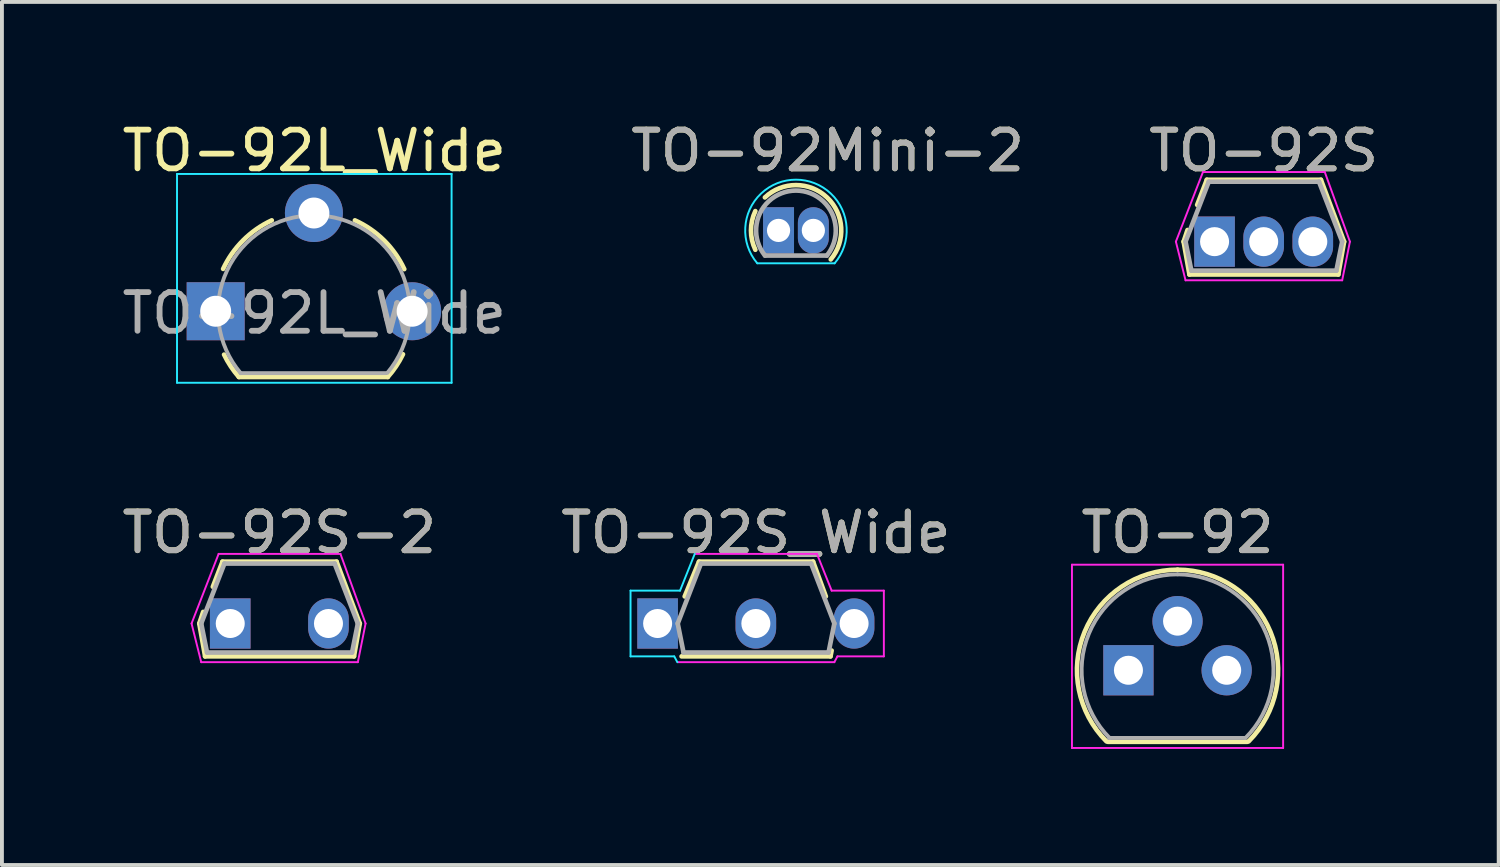
<source format=kicad_pcb>
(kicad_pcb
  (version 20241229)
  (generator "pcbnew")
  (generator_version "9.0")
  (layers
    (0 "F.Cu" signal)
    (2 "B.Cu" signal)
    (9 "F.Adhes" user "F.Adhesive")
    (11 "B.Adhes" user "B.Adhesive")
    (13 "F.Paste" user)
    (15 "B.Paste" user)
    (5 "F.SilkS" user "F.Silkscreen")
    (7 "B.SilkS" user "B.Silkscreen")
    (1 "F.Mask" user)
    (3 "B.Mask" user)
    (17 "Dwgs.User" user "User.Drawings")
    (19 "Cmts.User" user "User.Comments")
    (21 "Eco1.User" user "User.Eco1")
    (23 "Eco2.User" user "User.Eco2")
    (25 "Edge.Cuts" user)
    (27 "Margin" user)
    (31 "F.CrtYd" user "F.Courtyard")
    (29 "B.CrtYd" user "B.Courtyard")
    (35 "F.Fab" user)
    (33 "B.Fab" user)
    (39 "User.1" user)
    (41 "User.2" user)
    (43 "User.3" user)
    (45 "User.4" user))
  (footprint "TO-92S"
    (layer "F.Cu")
    (at 28.355 3.198)
    (property "Reference" "TO-92S" (at 1.27 -2.35 0) (layer "F.SilkS") (effects (font (size 1 1) (thickness 0.15))))
    (attr through_hole)
    (fp_line (start -0.8 0) (end -0.65 0.85) (stroke (width 0.12) (type solid)) (layer "F.SilkS"))
    (fp_line (start -0.7 -0.3) (end -0.8 0) (stroke (width 0.12) (type solid)) (layer "F.SilkS"))
    (fp_line (start -0.65 0.85) (end 3.2 0.85) (stroke (width 0.12) (type solid)) (layer "F.SilkS"))
    (fp_line (start -0.2 -1.6) (end -0.45 -0.95) (stroke (width 0.12) (type solid)) (layer "F.SilkS"))
    (fp_line (start 2.75 -1.6) (end -0.2 -1.6) (stroke (width 0.12) (type solid)) (layer "F.SilkS"))
    (fp_line (start 3.2 0.85) (end 3.35 0) (stroke (width 0.12) (type solid)) (layer "F.SilkS"))
    (fp_line (start 3.35 0) (end 2.75 -1.6) (stroke (width 0.12) (type solid)) (layer "F.SilkS"))
    (fp_line (start -1 0) (end -0.75 1) (stroke (width 0.05) (type solid)) (layer "F.CrtYd"))
    (fp_line (start -0.75 1) (end 3.3 1) (stroke (width 0.05) (type solid)) (layer "F.CrtYd"))
    (fp_line (start -0.3 -1.8) (end -1 0) (stroke (width 0.05) (type solid)) (layer "F.CrtYd"))
    (fp_line (start 2.85 -1.8) (end -0.3 -1.8) (stroke (width 0.05) (type solid)) (layer "F.CrtYd"))
    (fp_line (start 3.3 1) (end 3.5 0) (stroke (width 0.05) (type solid)) (layer "F.CrtYd"))
    (fp_line (start 3.5 0) (end 2.85 -1.8) (stroke (width 0.05) (type solid)) (layer "F.CrtYd"))
    (fp_line (start -0.75 0) (end -0.15 -1.55) (stroke (width 0.12) (type solid)) (layer "F.Fab"))
    (fp_line (start -0.6 0.75) (end -0.75 0) (stroke (width 0.12) (type solid)) (layer "F.Fab"))
    (fp_line (start -0.6 0.75) (end 3.15 0.75) (stroke (width 0.12) (type solid)) (layer "F.Fab"))
    (fp_line (start -0.15 -1.55) (end 2.7 -1.55) (stroke (width 0.12) (type solid)) (layer "F.Fab"))
    (fp_line (start 3.15 0.75) (end 3.3 0) (stroke (width 0.12) (type solid)) (layer "F.Fab"))
    (fp_line (start 3.3 0) (end 2.7 -1.55) (stroke (width 0.12) (type solid)) (layer "F.Fab"))
    (fp_text user "${REFERENCE}" (at 1.27 -2.35 0) (layer "F.Fab") (effects (font (size 1 1) (thickness 0.15))))
    (pad "1" thru_hole rect (at 0 0 180) (size 1.05 1.3) (drill 0.75) (layers "*.Cu" "*.Mask"))
    (pad "2" thru_hole oval (at 1.27 0 180) (size 1.05 1.3) (drill 0.75) (layers "*.Cu" "*.Mask"))
    (pad "3" thru_hole oval (at 2.54 0 180) (size 1.05 1.3) (drill 0.75) (layers "*.Cu" "*.Mask")))
  (footprint "TO-92Mini-2"
    (layer "F.Cu")
    (at 17.081 2.908)
    (property "Reference" "TO-92Mini-2" (at 1.27 -2.06 0) (layer "F.SilkS") (effects (font (size 1 1) (thickness 0.15))))
    (attr through_hole)
    (fp_arc (start -0.599971 0.500061) (mid -0.71297 0.000034) (end -0.6 -0.5) (stroke (width 0.12) (type solid)) (layer "F.SilkS"))
    (fp_arc (start -0.352932 -0.853112) (mid 1.253024 -0.853025) (end 1.35 0.75) (stroke (width 0.12) (type solid)) (layer "F.SilkS"))
    (fp_line (start -0.55 0.85) (end 1.45 0.85) (stroke (width 0.05) (type solid)) (layer "B.CrtYd"))
    (fp_arc (start -0.550431 0.849492) (mid 0.450333 -1.31244) (end 1.45 0.85) (stroke (width 0.05) (type solid)) (layer "B.CrtYd"))
    (fp_line (start -0.35 0.65) (end 1.25 0.65) (stroke (width 0.12) (type solid)) (layer "F.Fab"))
    (fp_arc (start -0.349861 0.650171) (mid 0.44989 -1.030776) (end 1.25 0.65) (stroke (width 0.12) (type solid)) (layer "F.Fab"))
    (fp_text user "${REFERENCE}" (at 1.27 -2.06 0) (layer "F.Fab") (effects (font (size 1 1) (thickness 0.15))))
    (pad "1" thru_hole rect (at 0 0 180) (size 0.8 1.2) (drill 0.6) (layers "*.Cu" "*.Mask"))
    (pad "2" thru_hole oval (at 0.9 0 180) (size 0.8 1.2) (drill 0.6) (layers "*.Cu" "*.Mask")))
  (footprint "TO-92"
    (layer "F.Cu")
    (at 26.128 14.281)
    (property "Reference" "TO-92" (at 1.27 -3.56 0) (layer "F.SilkS") (effects (font (size 1 1) (thickness 0.15))))
    (attr through_hole)
    (fp_line (start -0.53 1.85) (end 3.07 1.85) (stroke (width 0.12) (type solid)) (layer "F.SilkS"))
    (fp_arc (start -0.568478 1.838478) (mid -1.132087 -0.994977) (end 1.27 -2.6) (stroke (width 0.12) (type solid)) (layer "F.SilkS"))
    (fp_arc (start 1.27 -2.6) (mid 3.672087 -0.994977) (end 3.108478 1.838478) (stroke (width 0.12) (type solid)) (layer "F.SilkS"))
    (fp_line (start -1.46 -2.73) (end -1.46 2.01) (stroke (width 0.05) (type solid)) (layer "F.CrtYd"))
    (fp_line (start -1.46 -2.73) (end 4 -2.73) (stroke (width 0.05) (type solid)) (layer "F.CrtYd"))
    (fp_line (start 4 2.01) (end -1.46 2.01) (stroke (width 0.05) (type solid)) (layer "F.CrtYd"))
    (fp_line (start 4 2.01) (end 4 -2.73) (stroke (width 0.05) (type solid)) (layer "F.CrtYd"))
    (fp_line (start -0.5 1.75) (end 3 1.75) (stroke (width 0.1) (type solid)) (layer "F.Fab"))
    (fp_arc (start -0.483625 1.753625) (mid -1.021221 -0.949055) (end 1.27 -2.48) (stroke (width 0.1) (type solid)) (layer "F.Fab"))
    (fp_arc (start 1.27 -2.48) (mid 3.561221 -0.949055) (end 3.023625 1.753625) (stroke (width 0.1) (type solid)) (layer "F.Fab"))
    (fp_text user "${REFERENCE}" (at 1.27 -3.56 0) (layer "F.Fab") (effects (font (size 1 1) (thickness 0.15))))
    (pad "1" thru_hole rect (at 0 0 90) (size 1.3 1.3) (drill 0.75) (layers "*.Cu" "*.Mask"))
    (pad "2" thru_hole circle (at 1.27 -1.27 90) (size 1.3 1.3) (drill 0.75) (layers "*.Cu" "*.Mask"))
    (pad "3" thru_hole circle (at 2.54 0 90) (size 1.3 1.3) (drill 0.75) (layers "*.Cu" "*.Mask")))
  (footprint "TO-92L_Wide"
    (layer "F.Cu")
    (at 2.527 4.998)
    (property "Reference" "TO-92L_Wide" (at 2.55 -4.15 0) (layer "F.SilkS") (effects (font (size 1 1) (thickness 0.15))))
    (attr through_hole)
    (fp_line (start 0.6 1.7) (end 4.45 1.7) (stroke (width 0.12) (type solid)) (layer "F.SilkS"))
    (fp_arc (start 0.192226 -1.094786) (mid 0.710119 -1.833613) (end 1.45 -2.35) (stroke (width 0.12) (type solid)) (layer "F.SilkS"))
    (fp_arc (start 0.6 1.7) (mid 0.389183 1.423933) (end 0.217369 1.122045) (stroke (width 0.12) (type solid)) (layer "F.SilkS"))
    (fp_arc (start 3.6 -2.35) (mid 4.351408 -1.834367) (end 4.876463 -1.089513) (stroke (width 0.12) (type solid)) (layer "F.SilkS"))
    (fp_arc (start 4.842383 1.112264) (mid 4.666594 1.419753) (end 4.45 1.7) (stroke (width 0.12) (type solid)) (layer "F.SilkS"))
    (fp_line (start -1 -3.55) (end -1 1.85) (stroke (width 0.05) (type solid)) (layer "B.CrtYd"))
    (fp_line (start -1 1.85) (end 6.1 1.85) (stroke (width 0.05) (type solid)) (layer "B.CrtYd"))
    (fp_line (start 6.1 -3.55) (end -1 -3.55) (stroke (width 0.05) (type solid)) (layer "B.CrtYd"))
    (fp_line (start 6.1 1.85) (end 6.1 -3.55) (stroke (width 0.05) (type solid)) (layer "B.CrtYd"))
    (fp_line (start 0.65 1.6) (end 4.4 1.6) (stroke (width 0.1) (type solid)) (layer "F.Fab"))
    (fp_arc (start 0.647182 1.602385) (mid 0.290076 -1.043188) (end 2.54 -2.48) (stroke (width 0.1) (type solid)) (layer "F.Fab"))
    (fp_arc (start 2.54 -2.48) (mid 4.787211 -1.049019) (end 4.441103 1.592547) (stroke (width 0.1) (type solid)) (layer "F.Fab"))
    (fp_text user "${REFERENCE}" (at 2.55 0.05 0) (layer "F.Fab") (effects (font (size 1 1) (thickness 0.15))))
    (pad "1" thru_hole rect (at 0 0 90) (size 1.5 1.5) (drill 0.8) (layers "*.Cu" "*.Mask"))
    (pad "2" thru_hole circle (at 2.54 -2.54 90) (size 1.5 1.5) (drill 0.8) (layers "*.Cu" "*.Mask"))
    (pad "3" thru_hole circle (at 5.08 0 90) (size 1.5 1.5) (drill 0.8) (layers "*.Cu" "*.Mask")))
  (footprint "TO-92S_Wide"
    (layer "F.Cu")
    (at 13.954 13.072)
    (property "Reference" "TO-92S_Wide" (at 2.54 -2.35 0) (layer "F.SilkS") (effects (font (size 1 1) (thickness 0.15))))
    (attr through_hole)
    (fp_line (start 0.62 0.85) (end 4.47 0.85) (stroke (width 0.12) (type solid)) (layer "F.SilkS"))
    (fp_line (start 1.07 -1.6) (end 0.7 -0.7) (stroke (width 0.12) (type solid)) (layer "F.SilkS"))
    (fp_line (start 4.02 -1.6) (end 1.07 -1.6) (stroke (width 0.12) (type solid)) (layer "F.SilkS"))
    (fp_line (start 4.35 -0.7) (end 4.02 -1.6) (stroke (width 0.12) (type solid)) (layer "F.SilkS"))
    (fp_line (start 4.47 0.85) (end 4.5 0.7) (stroke (width 0.12) (type solid)) (layer "F.SilkS"))
    (fp_line (start -0.7 -0.85) (end -0.7 0.85) (stroke (width 0.05) (type solid)) (layer "B.CrtYd"))
    (fp_line (start -0.7 0.85) (end 0.43 0.85) (stroke (width 0.05) (type solid)) (layer "B.CrtYd"))
    (fp_line (start 0.51 1) (end 0.43 0.85) (stroke (width 0.05) (type solid)) (layer "B.CrtYd"))
    (fp_line (start 0.58 -0.85) (end -0.7 -0.85) (stroke (width 0.05) (type solid)) (layer "B.CrtYd"))
    (fp_line (start 0.58 -0.85) (end 0.96 -1.8) (stroke (width 0.05) (type solid)) (layer "B.CrtYd"))
    (fp_line (start 0.52 1) (end 4.57 1) (stroke (width 0.05) (type solid)) (layer "F.CrtYd"))
    (fp_line (start 4.12 -1.8) (end 0.97 -1.8) (stroke (width 0.05) (type solid)) (layer "F.CrtYd"))
    (fp_line (start 4.5 -0.85) (end 4.12 -1.8) (stroke (width 0.05) (type solid)) (layer "F.CrtYd"))
    (fp_line (start 4.5 -0.85) (end 5.85 -0.85) (stroke (width 0.05) (type solid)) (layer "F.CrtYd"))
    (fp_line (start 4.57 1) (end 4.65 0.85) (stroke (width 0.05) (type solid)) (layer "F.CrtYd"))
    (fp_line (start 5.85 -0.85) (end 5.85 0.85) (stroke (width 0.05) (type solid)) (layer "F.CrtYd"))
    (fp_line (start 5.85 0.85) (end 4.65 0.85) (stroke (width 0.05) (type solid)) (layer "F.CrtYd"))
    (fp_line (start 0.52 0) (end 1.12 -1.55) (stroke (width 0.12) (type solid)) (layer "F.Fab"))
    (fp_line (start 0.67 0.75) (end 0.52 0) (stroke (width 0.12) (type solid)) (layer "F.Fab"))
    (fp_line (start 0.67 0.75) (end 4.42 0.75) (stroke (width 0.12) (type solid)) (layer "F.Fab"))
    (fp_line (start 1.12 -1.55) (end 3.97 -1.55) (stroke (width 0.12) (type solid)) (layer "F.Fab"))
    (fp_line (start 4.42 0.75) (end 4.57 0) (stroke (width 0.12) (type solid)) (layer "F.Fab"))
    (fp_line (start 4.57 0) (end 3.97 -1.55) (stroke (width 0.12) (type solid)) (layer "F.Fab"))
    (fp_text user "${REFERENCE}" (at 2.54 -2.35 0) (layer "F.Fab") (effects (font (size 1 1) (thickness 0.15))))
    (pad "1" thru_hole rect (at 0 0 180) (size 1.05 1.3) (drill 0.75) (layers "*.Cu" "*.Mask"))
    (pad "2" thru_hole oval (at 2.54 0 180) (size 1.05 1.3) (drill 0.75) (layers "*.Cu" "*.Mask"))
    (pad "3" thru_hole oval (at 5.08 0 180) (size 1.05 1.3) (drill 0.75) (layers "*.Cu" "*.Mask")))
  (footprint "TO-92S-2"
    (layer "F.Cu")
    (at 2.903 13.072)
    (property "Reference" "TO-92S-2" (at 1.27 -2.35 0) (layer "F.SilkS") (effects (font (size 1 1) (thickness 0.15))))
    (attr through_hole)
    (fp_line (start -0.8 0) (end -0.65 0.85) (stroke (width 0.12) (type solid)) (layer "F.SilkS"))
    (fp_line (start -0.7 -0.3) (end -0.8 0) (stroke (width 0.12) (type solid)) (layer "F.SilkS"))
    (fp_line (start -0.65 0.85) (end 3.2 0.85) (stroke (width 0.12) (type solid)) (layer "F.SilkS"))
    (fp_line (start -0.2 -1.6) (end -0.45 -0.95) (stroke (width 0.12) (type solid)) (layer "F.SilkS"))
    (fp_line (start 2.75 -1.6) (end -0.2 -1.6) (stroke (width 0.12) (type solid)) (layer "F.SilkS"))
    (fp_line (start 3.2 0.85) (end 3.35 0) (stroke (width 0.12) (type solid)) (layer "F.SilkS"))
    (fp_line (start 3.35 0) (end 2.75 -1.6) (stroke (width 0.12) (type solid)) (layer "F.SilkS"))
    (fp_line (start -1 0) (end -0.75 1) (stroke (width 0.05) (type solid)) (layer "F.CrtYd"))
    (fp_line (start -0.75 1) (end 3.3 1) (stroke (width 0.05) (type solid)) (layer "F.CrtYd"))
    (fp_line (start -0.3 -1.8) (end -1 0) (stroke (width 0.05) (type solid)) (layer "F.CrtYd"))
    (fp_line (start 2.85 -1.8) (end -0.3 -1.8) (stroke (width 0.05) (type solid)) (layer "F.CrtYd"))
    (fp_line (start 3.3 1) (end 3.5 0) (stroke (width 0.05) (type solid)) (layer "F.CrtYd"))
    (fp_line (start 3.5 0) (end 2.85 -1.8) (stroke (width 0.05) (type solid)) (layer "F.CrtYd"))
    (fp_line (start -0.75 0) (end -0.15 -1.55) (stroke (width 0.12) (type solid)) (layer "F.Fab"))
    (fp_line (start -0.6 0.75) (end -0.75 0) (stroke (width 0.12) (type solid)) (layer "F.Fab"))
    (fp_line (start -0.6 0.75) (end 3.15 0.75) (stroke (width 0.12) (type solid)) (layer "F.Fab"))
    (fp_line (start -0.15 -1.55) (end 2.7 -1.55) (stroke (width 0.12) (type solid)) (layer "F.Fab"))
    (fp_line (start 3.15 0.75) (end 3.3 0) (stroke (width 0.12) (type solid)) (layer "F.Fab"))
    (fp_line (start 3.3 0) (end 2.7 -1.55) (stroke (width 0.12) (type solid)) (layer "F.Fab"))
    (fp_text user "${REFERENCE}" (at 1.27 -2.35 0) (layer "F.Fab") (effects (font (size 1 1) (thickness 0.15))))
    (pad "1" thru_hole rect (at 0 0 180) (size 1.05 1.3) (drill 0.75) (layers "*.Cu" "*.Mask"))
    (pad "2" thru_hole oval (at 2.54 0 180) (size 1.05 1.3) (drill 0.75) (layers "*.Cu" "*.Mask")))
  (gr_rect
    (start -3 -3)
    (end 35.702 19.317)
    (stroke (width 0.1) (type default))
    (fill no)
    (layer "Edge.Cuts")))
</source>
